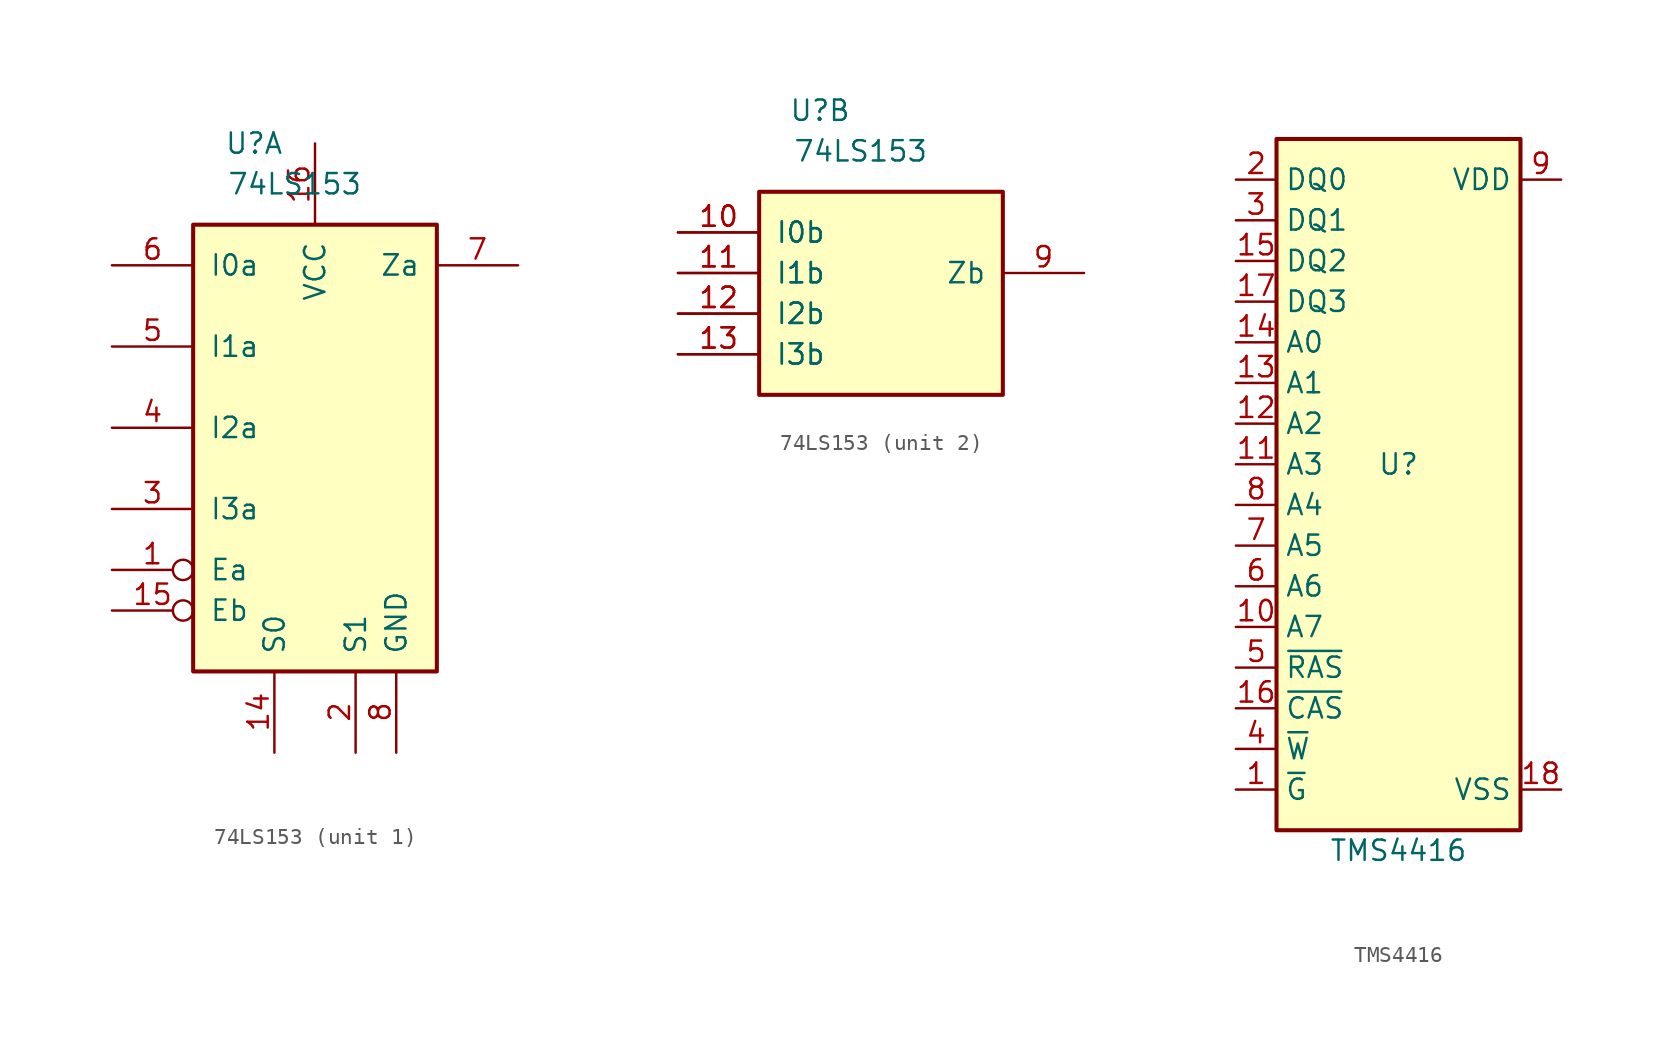
<source format=kicad_sym>
(kicad_symbol_lib
  (version 20220914)
  (generator kicad_symbol_editor)
  (symbol "74LS153"
    (pin_names
      (offset 1.016))
    (property "Reference" "U"
      (at 3.81 5.08 0)
      (effects (font (size 1.27 1.27))))
    (property "Value" "74LS153"
      (at 6.35 2.54 0)
      (effects (font (size 1.27 1.27))))
    (symbol "74LS153_1_0"
      (pin input inverted (at -5.08 -21.59 0) (length 5.08) (name "Ea" (effects (font (size 1.27 1.27)))) (number "1" (effects (font (size 1.27 1.27)))))
      (pin input line (at 5.08 -33.02 90) (length 5.08) (name "S0" (effects (font (size 1.27 1.27)))) (number "14" (effects (font (size 1.27 1.27)))))
      (pin input inverted (at -5.08 -24.13 0) (length 5.08) (name "Eb" (effects (font (size 1.27 1.27)))) (number "15" (effects (font (size 1.27 1.27)))))
      (pin power_in line (at 7.62 5.08 270) (length 5.08) (name "VCC" (effects (font (size 1.27 1.27)))) (number "16" (effects (font (size 1.27 1.27)))))
      (pin input line (at 10.16 -33.02 90) (length 5.08) (name "S1" (effects (font (size 1.27 1.27)))) (number "2" (effects (font (size 1.27 1.27)))))
      (pin input line (at -5.08 -17.78 0) (length 5.08) (name "I3a" (effects (font (size 1.27 1.27)))) (number "3" (effects (font (size 1.27 1.27)))))
      (pin input line (at -5.08 -12.7 0) (length 5.08) (name "I2a" (effects (font (size 1.27 1.27)))) (number "4" (effects (font (size 1.27 1.27)))))
      (pin input line (at -5.08 -7.62 0) (length 5.08) (name "I1a" (effects (font (size 1.27 1.27)))) (number "5" (effects (font (size 1.27 1.27)))))
      (pin output line (at 20.32 -2.54 180) (length 5.08) (name "Za" (effects (font (size 1.27 1.27)))) (number "7" (effects (font (size 1.27 1.27)))))
      (pin power_in line (at 12.7 -33.02 90) (length 5.08) (name "GND" (effects (font (size 1.27 1.27)))) (number "8" (effects (font (size 1.27 1.27))))))
    (symbol "74LS153_1_1"
      (rectangle (start 0 0) (end 15.24 -27.94) (stroke (width 0.254) (type default)) (fill (type background)))
      (pin input line (at -5.08 -2.54 0) (length 5.08) (name "I0a" (effects (font (size 1.27 1.27)))) (number "6" (effects (font (size 1.27 1.27))))))
    (symbol "74LS153_2_0"
      (pin input line (at -5.08 -2.54 0) (length 5.08) (name "I0b" (effects (font (size 1.27 1.27)))) (number "10" (effects (font (size 1.27 1.27)))))
      (pin input line (at -5.08 -2.54 0) (length 5.08) (name "I0b" (effects (font (size 1.27 1.27)))) (number "10" (effects (font (size 1.27 1.27)))))
      (pin input line (at -5.08 -5.08 0) (length 5.08) (name "I1b" (effects (font (size 1.27 1.27)))) (number "11" (effects (font (size 1.27 1.27)))))
      (pin input line (at -5.08 -5.08 0) (length 5.08) (name "I1b" (effects (font (size 1.27 1.27)))) (number "11" (effects (font (size 1.27 1.27)))))
      (pin input line (at -5.08 -7.62 0) (length 5.08) (name "I2b" (effects (font (size 1.27 1.27)))) (number "12" (effects (font (size 1.27 1.27)))))
      (pin input line (at -5.08 -7.62 0) (length 5.08) (name "I2b" (effects (font (size 1.27 1.27)))) (number "12" (effects (font (size 1.27 1.27)))))
      (pin input line (at -5.08 -10.16 0) (length 5.08) (name "I3b" (effects (font (size 1.27 1.27)))) (number "13" (effects (font (size 1.27 1.27)))))
      (pin input line (at -5.08 -10.16 0) (length 5.08) (name "I3b" (effects (font (size 1.27 1.27)))) (number "13" (effects (font (size 1.27 1.27)))))
      (pin output line (at 20.32 -5.08 180) (length 5.08) (name "Zb" (effects (font (size 1.27 1.27)))) (number "9" (effects (font (size 1.27 1.27))))))
    (symbol "74LS153_2_1"
      (rectangle (start 0 0) (end 15.24 -12.7) (stroke (width 0.254) (type default)) (fill (type background)))))
  (symbol "TMS4416"
    (property "Reference" "U"
      (at 7.62 -20.32 0)
      (effects (font (size 1.27 1.27))))
    (property "Value" "TMS4416"
      (at 7.62 -44.45 0)
      (effects (font (size 1.27 1.27))))
    (symbol "TMS4416_1_1"
      (rectangle (start 0 0) (end 15.24 -43.18) (stroke (width 0.254) (type default)) (fill (type background)))
      (pin input line (at -2.54 -40.64 0) (length 2.54) (name "~{G}" (effects (font (size 1.27 1.27)))) (number "1" (effects (font (size 1.27 1.27)))))
      (pin input line (at -2.54 -30.48 0) (length 2.54) (name "A7" (effects (font (size 1.27 1.27)))) (number "10" (effects (font (size 1.27 1.27)))))
      (pin input line (at -2.54 -20.32 0) (length 2.54) (name "A3" (effects (font (size 1.27 1.27)))) (number "11" (effects (font (size 1.27 1.27)))))
      (pin input line (at -2.54 -17.78 0) (length 2.54) (name "A2" (effects (font (size 1.27 1.27)))) (number "12" (effects (font (size 1.27 1.27)))))
      (pin input line (at -2.54 -15.24 0) (length 2.54) (name "A1" (effects (font (size 1.27 1.27)))) (number "13" (effects (font (size 1.27 1.27)))))
      (pin input line (at -2.54 -12.7 0) (length 2.54) (name "A0" (effects (font (size 1.27 1.27)))) (number "14" (effects (font (size 1.27 1.27)))))
      (pin bidirectional line (at -2.54 -7.62 0) (length 2.54) (name "DQ2" (effects (font (size 1.27 1.27)))) (number "15" (effects (font (size 1.27 1.27)))))
      (pin input line (at -2.54 -35.56 0) (length 2.54) (name "~{CAS}" (effects (font (size 1.27 1.27)))) (number "16" (effects (font (size 1.27 1.27)))))
      (pin bidirectional line (at -2.54 -10.16 0) (length 2.54) (name "DQ3" (effects (font (size 1.27 1.27)))) (number "17" (effects (font (size 1.27 1.27)))))
      (pin power_in line (at 17.78 -40.64 180) (length 2.54) (name "VSS" (effects (font (size 1.27 1.27)))) (number "18" (effects (font (size 1.27 1.27)))))
      (pin bidirectional line (at -2.54 -2.54 0) (length 2.54) (name "DQ0" (effects (font (size 1.27 1.27)))) (number "2" (effects (font (size 1.27 1.27)))))
      (pin bidirectional line (at -2.54 -5.08 0) (length 2.54) (name "DQ1" (effects (font (size 1.27 1.27)))) (number "3" (effects (font (size 1.27 1.27)))))
      (pin input line (at -2.54 -38.1 0) (length 2.54) (name "~{W}" (effects (font (size 1.27 1.27)))) (number "4" (effects (font (size 1.27 1.27)))))
      (pin input line (at -2.54 -33.02 0) (length 2.54) (name "~{RAS}" (effects (font (size 1.27 1.27)))) (number "5" (effects (font (size 1.27 1.27)))))
      (pin input line (at -2.54 -27.94 0) (length 2.54) (name "A6" (effects (font (size 1.27 1.27)))) (number "6" (effects (font (size 1.27 1.27)))))
      (pin input line (at -2.54 -25.4 0) (length 2.54) (name "A5" (effects (font (size 1.27 1.27)))) (number "7" (effects (font (size 1.27 1.27)))))
      (pin input line (at -2.54 -22.86 0) (length 2.54) (name "A4" (effects (font (size 1.27 1.27)))) (number "8" (effects (font (size 1.27 1.27)))))
      (pin power_in line (at 17.78 -2.54 180) (length 2.54) (name "VDD" (effects (font (size 1.27 1.27)))) (number "9" (effects (font (size 1.27 1.27))))))))
</source>
